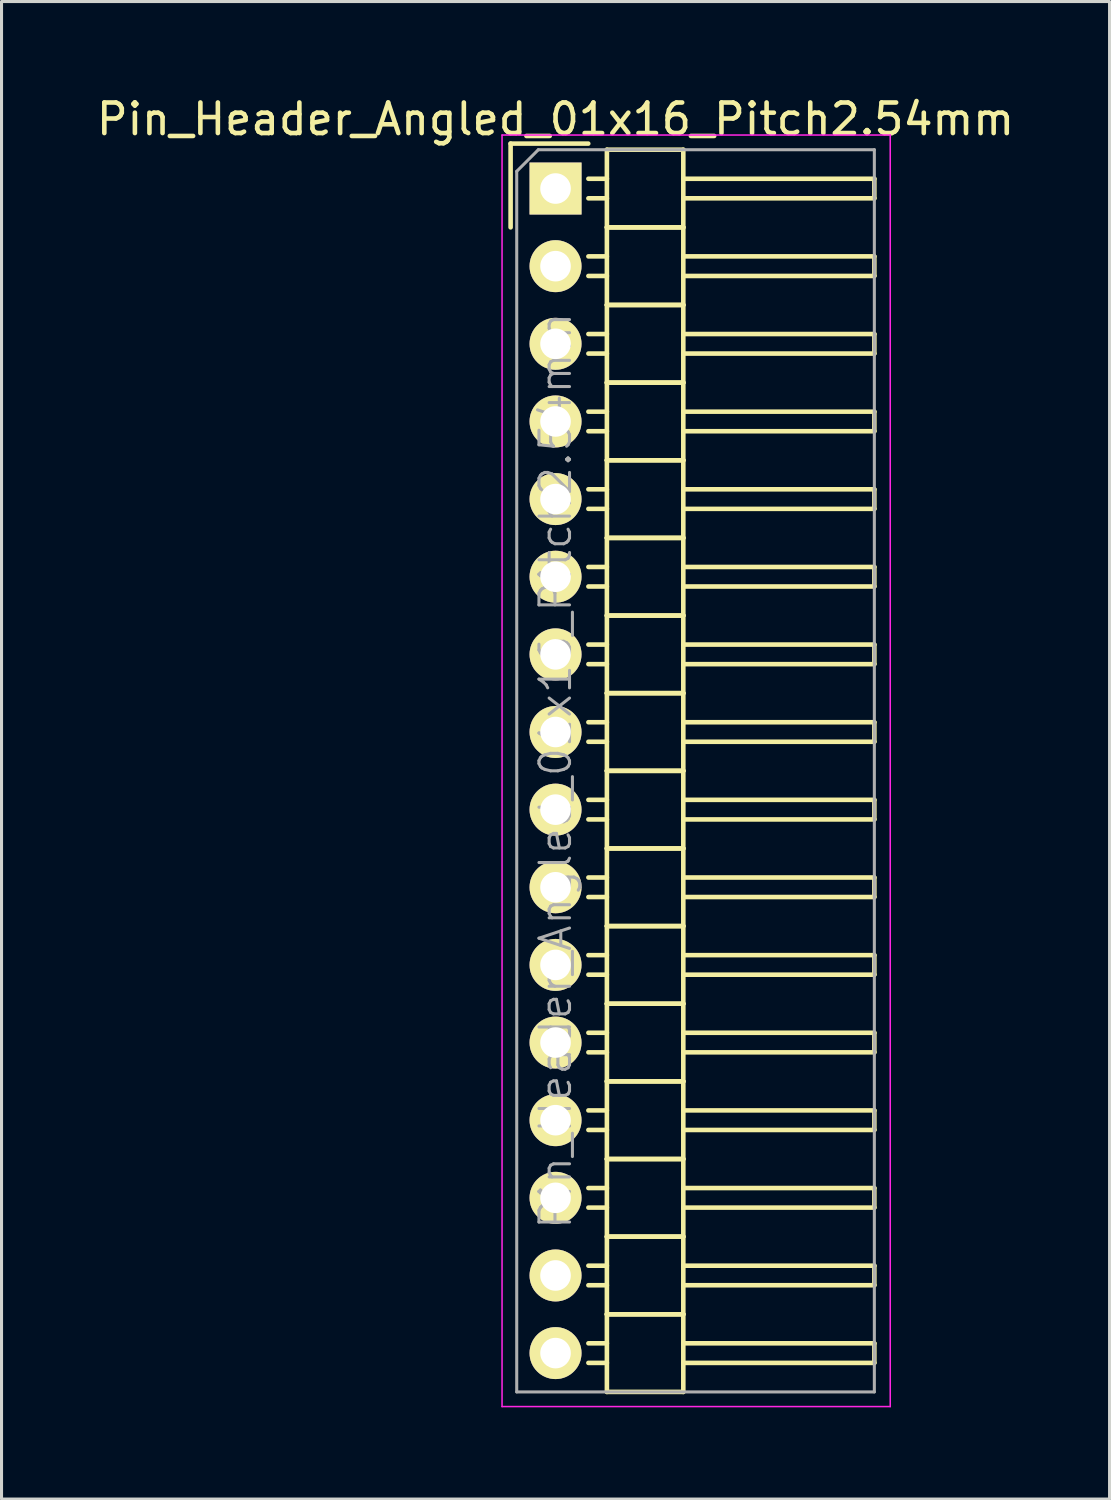
<source format=kicad_pcb>
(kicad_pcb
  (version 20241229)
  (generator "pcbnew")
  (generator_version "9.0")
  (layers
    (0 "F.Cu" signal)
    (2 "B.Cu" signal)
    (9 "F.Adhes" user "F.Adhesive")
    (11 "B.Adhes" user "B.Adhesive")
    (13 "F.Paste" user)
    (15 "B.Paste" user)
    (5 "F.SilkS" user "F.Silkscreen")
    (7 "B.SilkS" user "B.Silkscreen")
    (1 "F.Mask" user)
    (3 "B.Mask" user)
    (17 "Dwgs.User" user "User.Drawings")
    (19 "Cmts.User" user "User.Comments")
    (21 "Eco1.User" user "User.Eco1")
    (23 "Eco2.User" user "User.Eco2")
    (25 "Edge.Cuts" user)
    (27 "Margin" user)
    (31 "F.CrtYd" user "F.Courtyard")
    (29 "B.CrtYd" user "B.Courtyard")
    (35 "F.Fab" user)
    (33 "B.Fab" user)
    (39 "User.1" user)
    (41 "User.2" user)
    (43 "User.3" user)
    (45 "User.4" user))
  (footprint "Pin_Header_Angled_01x16_Pitch2.54mm"
    (layer "F.Cu")
    (at 15.125 3.118)
    (property "Reference" "Pin_Header_Angled_01x16_Pitch2.54mm" (at 0 -2.27 0) (layer "F.SilkS") (effects (font (size 1 1) (thickness 0.15))))
    (attr smd)
    (fp_line (start -1.47 -1.47) (end -1.47 1.27) (stroke (width 0.15) (type solid)) (layer "F.SilkS"))
    (fp_line (start -1.47 -1.47) (end 1.07 -1.47) (stroke (width 0.15) (type solid)) (layer "F.SilkS"))
    (fp_line (start 1.68 -0.32) (end 1.075 -0.32) (stroke (width 0.15) (type solid)) (layer "F.SilkS"))
    (fp_line (start 1.68 0.32) (end 1.075 0.32) (stroke (width 0.15) (type solid)) (layer "F.SilkS"))
    (fp_line (start 1.68 1.27) (end 1.68 -1.27) (stroke (width 0.15) (type solid)) (layer "F.SilkS"))
    (fp_line (start 1.68 2.22) (end 1.075 2.22) (stroke (width 0.15) (type solid)) (layer "F.SilkS"))
    (fp_line (start 1.68 2.86) (end 1.075 2.86) (stroke (width 0.15) (type solid)) (layer "F.SilkS"))
    (fp_line (start 1.68 3.81) (end 1.68 1.27) (stroke (width 0.15) (type solid)) (layer "F.SilkS"))
    (fp_line (start 1.68 4.76) (end 1.075 4.76) (stroke (width 0.15) (type solid)) (layer "F.SilkS"))
    (fp_line (start 1.68 5.4) (end 1.075 5.4) (stroke (width 0.15) (type solid)) (layer "F.SilkS"))
    (fp_line (start 1.68 6.35) (end 1.68 3.81) (stroke (width 0.15) (type solid)) (layer "F.SilkS"))
    (fp_line (start 1.68 7.3) (end 1.075 7.3) (stroke (width 0.15) (type solid)) (layer "F.SilkS"))
    (fp_line (start 1.68 7.94) (end 1.075 7.94) (stroke (width 0.15) (type solid)) (layer "F.SilkS"))
    (fp_line (start 1.68 8.89) (end 1.68 6.35) (stroke (width 0.15) (type solid)) (layer "F.SilkS"))
    (fp_line (start 1.68 9.84) (end 1.075 9.84) (stroke (width 0.15) (type solid)) (layer "F.SilkS"))
    (fp_line (start 1.68 10.48) (end 1.075 10.48) (stroke (width 0.15) (type solid)) (layer "F.SilkS"))
    (fp_line (start 1.68 11.43) (end 1.68 8.89) (stroke (width 0.15) (type solid)) (layer "F.SilkS"))
    (fp_line (start 1.68 12.38) (end 1.075 12.38) (stroke (width 0.15) (type solid)) (layer "F.SilkS"))
    (fp_line (start 1.68 13.02) (end 1.075 13.02) (stroke (width 0.15) (type solid)) (layer "F.SilkS"))
    (fp_line (start 1.68 13.97) (end 1.68 11.43) (stroke (width 0.15) (type solid)) (layer "F.SilkS"))
    (fp_line (start 1.68 14.92) (end 1.075 14.92) (stroke (width 0.15) (type solid)) (layer "F.SilkS"))
    (fp_line (start 1.68 15.56) (end 1.075 15.56) (stroke (width 0.15) (type solid)) (layer "F.SilkS"))
    (fp_line (start 1.68 16.51) (end 1.68 13.97) (stroke (width 0.15) (type solid)) (layer "F.SilkS"))
    (fp_line (start 1.68 17.46) (end 1.075 17.46) (stroke (width 0.15) (type solid)) (layer "F.SilkS"))
    (fp_line (start 1.68 18.1) (end 1.075 18.1) (stroke (width 0.15) (type solid)) (layer "F.SilkS"))
    (fp_line (start 1.68 19.05) (end 1.68 16.51) (stroke (width 0.15) (type solid)) (layer "F.SilkS"))
    (fp_line (start 1.68 20) (end 1.075 20) (stroke (width 0.15) (type solid)) (layer "F.SilkS"))
    (fp_line (start 1.68 20.64) (end 1.075 20.64) (stroke (width 0.15) (type solid)) (layer "F.SilkS"))
    (fp_line (start 1.68 21.59) (end 1.68 19.05) (stroke (width 0.15) (type solid)) (layer "F.SilkS"))
    (fp_line (start 1.68 22.54) (end 1.075 22.54) (stroke (width 0.15) (type solid)) (layer "F.SilkS"))
    (fp_line (start 1.68 23.18) (end 1.075 23.18) (stroke (width 0.15) (type solid)) (layer "F.SilkS"))
    (fp_line (start 1.68 24.13) (end 1.68 21.59) (stroke (width 0.15) (type solid)) (layer "F.SilkS"))
    (fp_line (start 1.68 25.08) (end 1.075 25.08) (stroke (width 0.15) (type solid)) (layer "F.SilkS"))
    (fp_line (start 1.68 25.72) (end 1.075 25.72) (stroke (width 0.15) (type solid)) (layer "F.SilkS"))
    (fp_line (start 1.68 26.67) (end 1.68 24.13) (stroke (width 0.15) (type solid)) (layer "F.SilkS"))
    (fp_line (start 1.68 27.62) (end 1.075 27.62) (stroke (width 0.15) (type solid)) (layer "F.SilkS"))
    (fp_line (start 1.68 28.26) (end 1.075 28.26) (stroke (width 0.15) (type solid)) (layer "F.SilkS"))
    (fp_line (start 1.68 29.21) (end 1.68 26.67) (stroke (width 0.15) (type solid)) (layer "F.SilkS"))
    (fp_line (start 1.68 30.16) (end 1.075 30.16) (stroke (width 0.15) (type solid)) (layer "F.SilkS"))
    (fp_line (start 1.68 30.8) (end 1.075 30.8) (stroke (width 0.15) (type solid)) (layer "F.SilkS"))
    (fp_line (start 1.68 31.75) (end 1.68 29.21) (stroke (width 0.15) (type solid)) (layer "F.SilkS"))
    (fp_line (start 1.68 32.7) (end 1.075 32.7) (stroke (width 0.15) (type solid)) (layer "F.SilkS"))
    (fp_line (start 1.68 33.34) (end 1.075 33.34) (stroke (width 0.15) (type solid)) (layer "F.SilkS"))
    (fp_line (start 1.68 34.29) (end 1.68 31.75) (stroke (width 0.15) (type solid)) (layer "F.SilkS"))
    (fp_line (start 1.68 35.24) (end 1.075 35.24) (stroke (width 0.15) (type solid)) (layer "F.SilkS"))
    (fp_line (start 1.68 35.88) (end 1.075 35.88) (stroke (width 0.15) (type solid)) (layer "F.SilkS"))
    (fp_line (start 1.68 36.83) (end 1.68 34.29) (stroke (width 0.15) (type solid)) (layer "F.SilkS"))
    (fp_line (start 1.68 37.78) (end 1.075 37.78) (stroke (width 0.15) (type solid)) (layer "F.SilkS"))
    (fp_line (start 1.68 38.42) (end 1.075 38.42) (stroke (width 0.15) (type solid)) (layer "F.SilkS"))
    (fp_line (start 1.68 39.37) (end 1.68 36.83) (stroke (width 0.15) (type solid)) (layer "F.SilkS"))
    (fp_line (start 4.18 -1.27) (end 1.68 -1.27) (stroke (width 0.15) (type solid)) (layer "F.SilkS"))
    (fp_line (start 4.18 -0.32) (end 10.43 -0.32) (stroke (width 0.15) (type solid)) (layer "F.SilkS"))
    (fp_line (start 4.18 0.32) (end 10.43 0.32) (stroke (width 0.15) (type solid)) (layer "F.SilkS"))
    (fp_line (start 4.18 1.27) (end 1.68 1.27) (stroke (width 0.15) (type solid)) (layer "F.SilkS"))
    (fp_line (start 4.18 1.27) (end 1.68 1.27) (stroke (width 0.15) (type solid)) (layer "F.SilkS"))
    (fp_line (start 4.18 1.27) (end 4.18 -1.27) (stroke (width 0.15) (type solid)) (layer "F.SilkS"))
    (fp_line (start 4.18 2.22) (end 10.43 2.22) (stroke (width 0.15) (type solid)) (layer "F.SilkS"))
    (fp_line (start 4.18 2.86) (end 10.43 2.86) (stroke (width 0.15) (type solid)) (layer "F.SilkS"))
    (fp_line (start 4.18 3.81) (end 1.68 3.81) (stroke (width 0.15) (type solid)) (layer "F.SilkS"))
    (fp_line (start 4.18 3.81) (end 1.68 3.81) (stroke (width 0.15) (type solid)) (layer "F.SilkS"))
    (fp_line (start 4.18 3.81) (end 4.18 1.27) (stroke (width 0.15) (type solid)) (layer "F.SilkS"))
    (fp_line (start 4.18 4.76) (end 10.43 4.76) (stroke (width 0.15) (type solid)) (layer "F.SilkS"))
    (fp_line (start 4.18 5.4) (end 10.43 5.4) (stroke (width 0.15) (type solid)) (layer "F.SilkS"))
    (fp_line (start 4.18 6.35) (end 1.68 6.35) (stroke (width 0.15) (type solid)) (layer "F.SilkS"))
    (fp_line (start 4.18 6.35) (end 1.68 6.35) (stroke (width 0.15) (type solid)) (layer "F.SilkS"))
    (fp_line (start 4.18 6.35) (end 4.18 3.81) (stroke (width 0.15) (type solid)) (layer "F.SilkS"))
    (fp_line (start 4.18 7.3) (end 10.43 7.3) (stroke (width 0.15) (type solid)) (layer "F.SilkS"))
    (fp_line (start 4.18 7.94) (end 10.43 7.94) (stroke (width 0.15) (type solid)) (layer "F.SilkS"))
    (fp_line (start 4.18 8.89) (end 1.68 8.89) (stroke (width 0.15) (type solid)) (layer "F.SilkS"))
    (fp_line (start 4.18 8.89) (end 1.68 8.89) (stroke (width 0.15) (type solid)) (layer "F.SilkS"))
    (fp_line (start 4.18 8.89) (end 4.18 6.35) (stroke (width 0.15) (type solid)) (layer "F.SilkS"))
    (fp_line (start 4.18 9.84) (end 10.43 9.84) (stroke (width 0.15) (type solid)) (layer "F.SilkS"))
    (fp_line (start 4.18 10.48) (end 10.43 10.48) (stroke (width 0.15) (type solid)) (layer "F.SilkS"))
    (fp_line (start 4.18 11.43) (end 1.68 11.43) (stroke (width 0.15) (type solid)) (layer "F.SilkS"))
    (fp_line (start 4.18 11.43) (end 1.68 11.43) (stroke (width 0.15) (type solid)) (layer "F.SilkS"))
    (fp_line (start 4.18 11.43) (end 4.18 8.89) (stroke (width 0.15) (type solid)) (layer "F.SilkS"))
    (fp_line (start 4.18 12.38) (end 10.43 12.38) (stroke (width 0.15) (type solid)) (layer "F.SilkS"))
    (fp_line (start 4.18 13.02) (end 10.43 13.02) (stroke (width 0.15) (type solid)) (layer "F.SilkS"))
    (fp_line (start 4.18 13.97) (end 1.68 13.97) (stroke (width 0.15) (type solid)) (layer "F.SilkS"))
    (fp_line (start 4.18 13.97) (end 1.68 13.97) (stroke (width 0.15) (type solid)) (layer "F.SilkS"))
    (fp_line (start 4.18 13.97) (end 4.18 11.43) (stroke (width 0.15) (type solid)) (layer "F.SilkS"))
    (fp_line (start 4.18 14.92) (end 10.43 14.92) (stroke (width 0.15) (type solid)) (layer "F.SilkS"))
    (fp_line (start 4.18 15.56) (end 10.43 15.56) (stroke (width 0.15) (type solid)) (layer "F.SilkS"))
    (fp_line (start 4.18 16.51) (end 1.68 16.51) (stroke (width 0.15) (type solid)) (layer "F.SilkS"))
    (fp_line (start 4.18 16.51) (end 1.68 16.51) (stroke (width 0.15) (type solid)) (layer "F.SilkS"))
    (fp_line (start 4.18 16.51) (end 4.18 13.97) (stroke (width 0.15) (type solid)) (layer "F.SilkS"))
    (fp_line (start 4.18 17.46) (end 10.43 17.46) (stroke (width 0.15) (type solid)) (layer "F.SilkS"))
    (fp_line (start 4.18 18.1) (end 10.43 18.1) (stroke (width 0.15) (type solid)) (layer "F.SilkS"))
    (fp_line (start 4.18 19.05) (end 1.68 19.05) (stroke (width 0.15) (type solid)) (layer "F.SilkS"))
    (fp_line (start 4.18 19.05) (end 1.68 19.05) (stroke (width 0.15) (type solid)) (layer "F.SilkS"))
    (fp_line (start 4.18 19.05) (end 4.18 16.51) (stroke (width 0.15) (type solid)) (layer "F.SilkS"))
    (fp_line (start 4.18 20) (end 10.43 20) (stroke (width 0.15) (type solid)) (layer "F.SilkS"))
    (fp_line (start 4.18 20.64) (end 10.43 20.64) (stroke (width 0.15) (type solid)) (layer "F.SilkS"))
    (fp_line (start 4.18 21.59) (end 1.68 21.59) (stroke (width 0.15) (type solid)) (layer "F.SilkS"))
    (fp_line (start 4.18 21.59) (end 1.68 21.59) (stroke (width 0.15) (type solid)) (layer "F.SilkS"))
    (fp_line (start 4.18 21.59) (end 4.18 19.05) (stroke (width 0.15) (type solid)) (layer "F.SilkS"))
    (fp_line (start 4.18 22.54) (end 10.43 22.54) (stroke (width 0.15) (type solid)) (layer "F.SilkS"))
    (fp_line (start 4.18 23.18) (end 10.43 23.18) (stroke (width 0.15) (type solid)) (layer "F.SilkS"))
    (fp_line (start 4.18 24.13) (end 1.68 24.13) (stroke (width 0.15) (type solid)) (layer "F.SilkS"))
    (fp_line (start 4.18 24.13) (end 1.68 24.13) (stroke (width 0.15) (type solid)) (layer "F.SilkS"))
    (fp_line (start 4.18 24.13) (end 4.18 21.59) (stroke (width 0.15) (type solid)) (layer "F.SilkS"))
    (fp_line (start 4.18 25.08) (end 10.43 25.08) (stroke (width 0.15) (type solid)) (layer "F.SilkS"))
    (fp_line (start 4.18 25.72) (end 10.43 25.72) (stroke (width 0.15) (type solid)) (layer "F.SilkS"))
    (fp_line (start 4.18 26.67) (end 1.68 26.67) (stroke (width 0.15) (type solid)) (layer "F.SilkS"))
    (fp_line (start 4.18 26.67) (end 1.68 26.67) (stroke (width 0.15) (type solid)) (layer "F.SilkS"))
    (fp_line (start 4.18 26.67) (end 4.18 24.13) (stroke (width 0.15) (type solid)) (layer "F.SilkS"))
    (fp_line (start 4.18 27.62) (end 10.43 27.62) (stroke (width 0.15) (type solid)) (layer "F.SilkS"))
    (fp_line (start 4.18 28.26) (end 10.43 28.26) (stroke (width 0.15) (type solid)) (layer "F.SilkS"))
    (fp_line (start 4.18 29.21) (end 1.68 29.21) (stroke (width 0.15) (type solid)) (layer "F.SilkS"))
    (fp_line (start 4.18 29.21) (end 1.68 29.21) (stroke (width 0.15) (type solid)) (layer "F.SilkS"))
    (fp_line (start 4.18 29.21) (end 4.18 26.67) (stroke (width 0.15) (type solid)) (layer "F.SilkS"))
    (fp_line (start 4.18 30.16) (end 10.43 30.16) (stroke (width 0.15) (type solid)) (layer "F.SilkS"))
    (fp_line (start 4.18 30.8) (end 10.43 30.8) (stroke (width 0.15) (type solid)) (layer "F.SilkS"))
    (fp_line (start 4.18 31.75) (end 1.68 31.75) (stroke (width 0.15) (type solid)) (layer "F.SilkS"))
    (fp_line (start 4.18 31.75) (end 1.68 31.75) (stroke (width 0.15) (type solid)) (layer "F.SilkS"))
    (fp_line (start 4.18 31.75) (end 4.18 29.21) (stroke (width 0.15) (type solid)) (layer "F.SilkS"))
    (fp_line (start 4.18 32.7) (end 10.43 32.7) (stroke (width 0.15) (type solid)) (layer "F.SilkS"))
    (fp_line (start 4.18 33.34) (end 10.43 33.34) (stroke (width 0.15) (type solid)) (layer "F.SilkS"))
    (fp_line (start 4.18 34.29) (end 1.68 34.29) (stroke (width 0.15) (type solid)) (layer "F.SilkS"))
    (fp_line (start 4.18 34.29) (end 1.68 34.29) (stroke (width 0.15) (type solid)) (layer "F.SilkS"))
    (fp_line (start 4.18 34.29) (end 4.18 31.75) (stroke (width 0.15) (type solid)) (layer "F.SilkS"))
    (fp_line (start 4.18 35.24) (end 10.43 35.24) (stroke (width 0.15) (type solid)) (layer "F.SilkS"))
    (fp_line (start 4.18 35.88) (end 10.43 35.88) (stroke (width 0.15) (type solid)) (layer "F.SilkS"))
    (fp_line (start 4.18 36.83) (end 1.68 36.83) (stroke (width 0.15) (type solid)) (layer "F.SilkS"))
    (fp_line (start 4.18 36.83) (end 1.68 36.83) (stroke (width 0.15) (type solid)) (layer "F.SilkS"))
    (fp_line (start 4.18 36.83) (end 4.18 34.29) (stroke (width 0.15) (type solid)) (layer "F.SilkS"))
    (fp_line (start 4.18 37.78) (end 10.43 37.78) (stroke (width 0.15) (type solid)) (layer "F.SilkS"))
    (fp_line (start 4.18 38.42) (end 10.43 38.42) (stroke (width 0.15) (type solid)) (layer "F.SilkS"))
    (fp_line (start 4.18 39.37) (end 1.68 39.37) (stroke (width 0.15) (type solid)) (layer "F.SilkS"))
    (fp_line (start 4.18 39.37) (end 4.18 36.83) (stroke (width 0.15) (type solid)) (layer "F.SilkS"))
    (fp_line (start 10.43 0.32) (end 10.43 -0.32) (stroke (width 0.15) (type solid)) (layer "F.SilkS"))
    (fp_line (start 10.43 2.86) (end 10.43 2.22) (stroke (width 0.15) (type solid)) (layer "F.SilkS"))
    (fp_line (start 10.43 5.4) (end 10.43 4.76) (stroke (width 0.15) (type solid)) (layer "F.SilkS"))
    (fp_line (start 10.43 7.94) (end 10.43 7.3) (stroke (width 0.15) (type solid)) (layer "F.SilkS"))
    (fp_line (start 10.43 10.48) (end 10.43 9.84) (stroke (width 0.15) (type solid)) (layer "F.SilkS"))
    (fp_line (start 10.43 13.02) (end 10.43 12.38) (stroke (width 0.15) (type solid)) (layer "F.SilkS"))
    (fp_line (start 10.43 15.56) (end 10.43 14.92) (stroke (width 0.15) (type solid)) (layer "F.SilkS"))
    (fp_line (start 10.43 18.1) (end 10.43 17.46) (stroke (width 0.15) (type solid)) (layer "F.SilkS"))
    (fp_line (start 10.43 20.64) (end 10.43 20) (stroke (width 0.15) (type solid)) (layer "F.SilkS"))
    (fp_line (start 10.43 23.18) (end 10.43 22.54) (stroke (width 0.15) (type solid)) (layer "F.SilkS"))
    (fp_line (start 10.43 25.72) (end 10.43 25.08) (stroke (width 0.15) (type solid)) (layer "F.SilkS"))
    (fp_line (start 10.43 28.26) (end 10.43 27.62) (stroke (width 0.15) (type solid)) (layer "F.SilkS"))
    (fp_line (start 10.43 30.8) (end 10.43 30.16) (stroke (width 0.15) (type solid)) (layer "F.SilkS"))
    (fp_line (start 10.43 33.34) (end 10.43 32.7) (stroke (width 0.15) (type solid)) (layer "F.SilkS"))
    (fp_line (start 10.43 35.88) (end 10.43 35.24) (stroke (width 0.15) (type solid)) (layer "F.SilkS"))
    (fp_line (start 10.43 38.42) (end 10.43 37.78) (stroke (width 0.15) (type solid)) (layer "F.SilkS"))
    (fp_line (start -1.75 -1.75) (end -1.75 39.85) (stroke (width 0.05) (type solid)) (layer "F.CrtYd"))
    (fp_line (start 10.95 -1.75) (end -1.75 -1.75) (stroke (width 0.05) (type solid)) (layer "F.CrtYd"))
    (fp_line (start 10.95 -1.75) (end 10.95 39.85) (stroke (width 0.05) (type solid)) (layer "F.CrtYd"))
    (fp_line (start 10.95 39.85) (end -1.75 39.85) (stroke (width 0.05) (type solid)) (layer "F.CrtYd"))
    (fp_line (start -1.27 -0.563) (end -0.563 -1.27) (stroke (width 0.1) (type solid)) (layer "F.Fab"))
    (fp_line (start -1.27 39.37) (end -1.27 -0.563) (stroke (width 0.1) (type solid)) (layer "F.Fab"))
    (fp_line (start 10.43 -1.27) (end -0.563 -1.27) (stroke (width 0.1) (type solid)) (layer "F.Fab"))
    (fp_line (start 10.43 39.37) (end -1.27 39.37) (stroke (width 0.1) (type solid)) (layer "F.Fab"))
    (fp_line (start 10.43 39.37) (end 10.43 -1.27) (stroke (width 0.1) (type solid)) (layer "F.Fab"))
    (fp_text user "${REFERENCE}" (at 0 19.05 90) (layer "F.Fab") (effects (font (size 1 1) (thickness 0.1))))
    (pad "1" thru_hole rect (at 0 0) (size 1.7 1.7) (drill 1) (layers "*.Cu" "*.Mask" "F.SilkS"))
    (pad "2" thru_hole oval (at 0 2.54) (size 1.7 1.7) (drill 1) (layers "*.Cu" "*.Mask" "F.SilkS"))
    (pad "3" thru_hole oval (at 0 5.08) (size 1.7 1.7) (drill 1) (layers "*.Cu" "*.Mask" "F.SilkS"))
    (pad "4" thru_hole oval (at 0 7.62) (size 1.7 1.7) (drill 1) (layers "*.Cu" "*.Mask" "F.SilkS"))
    (pad "5" thru_hole oval (at 0 10.16) (size 1.7 1.7) (drill 1) (layers "*.Cu" "*.Mask" "F.SilkS"))
    (pad "6" thru_hole oval (at 0 12.7) (size 1.7 1.7) (drill 1) (layers "*.Cu" "*.Mask" "F.SilkS"))
    (pad "7" thru_hole oval (at 0 15.24) (size 1.7 1.7) (drill 1) (layers "*.Cu" "*.Mask" "F.SilkS"))
    (pad "8" thru_hole oval (at 0 17.78) (size 1.7 1.7) (drill 1) (layers "*.Cu" "*.Mask" "F.SilkS"))
    (pad "9" thru_hole oval (at 0 20.32) (size 1.7 1.7) (drill 1) (layers "*.Cu" "*.Mask" "F.SilkS"))
    (pad "10" thru_hole oval (at 0 22.86) (size 1.7 1.7) (drill 1) (layers "*.Cu" "*.Mask" "F.SilkS"))
    (pad "11" thru_hole oval (at 0 25.4) (size 1.7 1.7) (drill 1) (layers "*.Cu" "*.Mask" "F.SilkS"))
    (pad "12" thru_hole oval (at 0 27.94) (size 1.7 1.7) (drill 1) (layers "*.Cu" "*.Mask" "F.SilkS"))
    (pad "13" thru_hole oval (at 0 30.48) (size 1.7 1.7) (drill 1) (layers "*.Cu" "*.Mask" "F.SilkS"))
    (pad "14" thru_hole oval (at 0 33.02) (size 1.7 1.7) (drill 1) (layers "*.Cu" "*.Mask" "F.SilkS"))
    (pad "15" thru_hole oval (at 0 35.56) (size 1.7 1.7) (drill 1) (layers "*.Cu" "*.Mask" "F.SilkS"))
    (pad "16" thru_hole oval (at 0 38.1) (size 1.7 1.7) (drill 1) (layers "*.Cu" "*.Mask" "F.SilkS")))
  (gr_rect
    (start -3 -3)
    (end 33.25 45.993)
    (stroke (width 0.1) (type default))
    (fill no)
    (layer "Edge.Cuts")))
</source>
